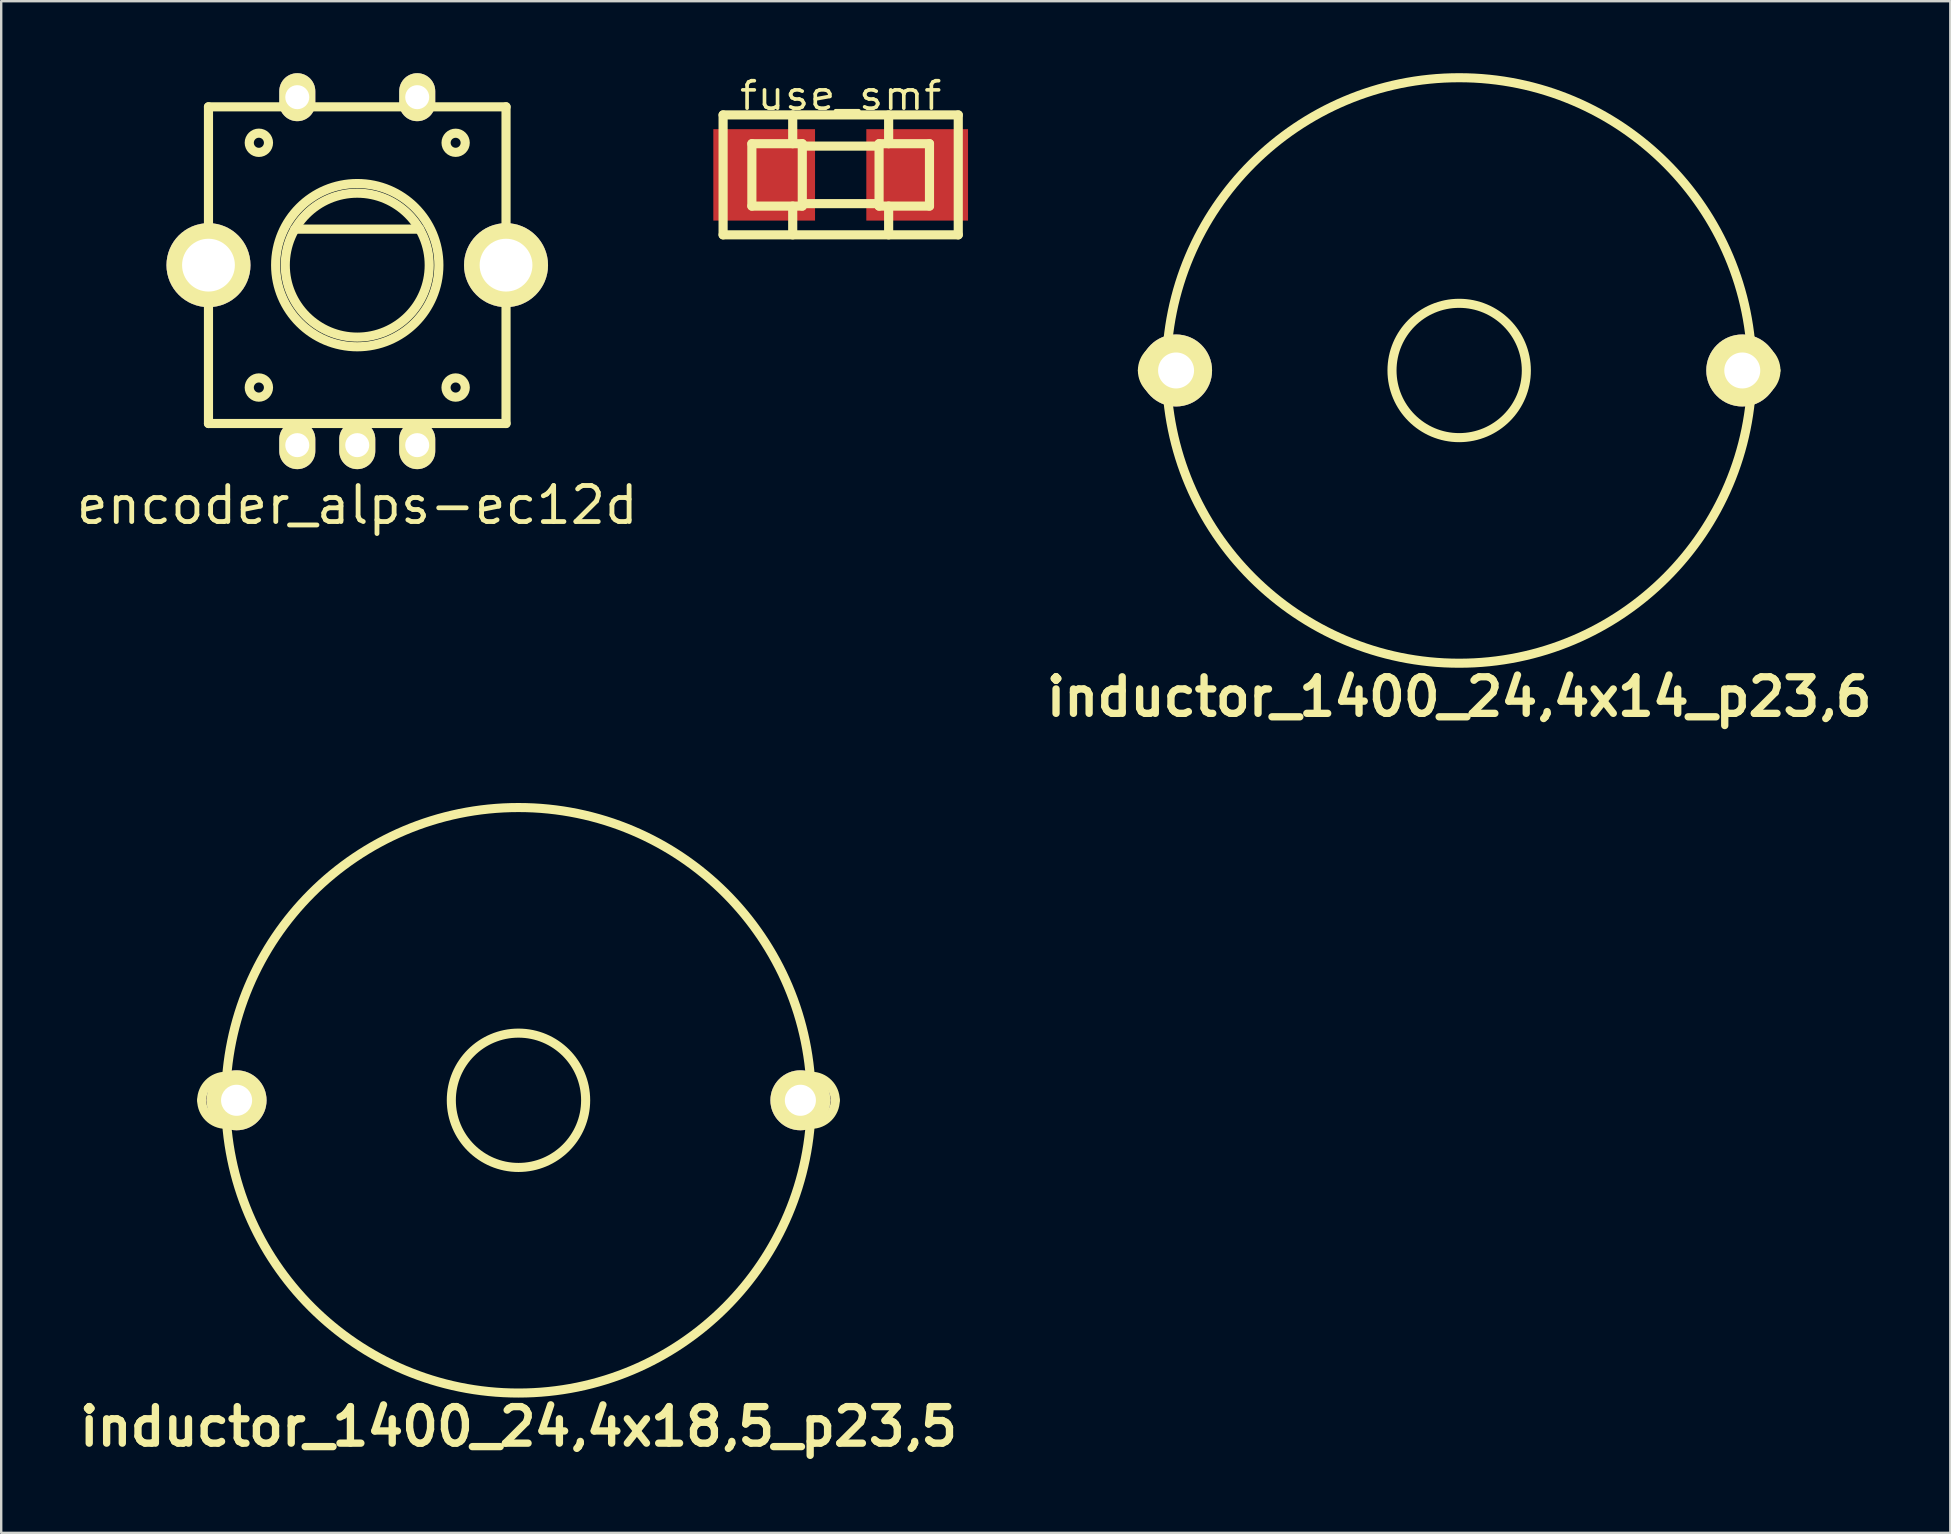
<source format=kicad_pcb>
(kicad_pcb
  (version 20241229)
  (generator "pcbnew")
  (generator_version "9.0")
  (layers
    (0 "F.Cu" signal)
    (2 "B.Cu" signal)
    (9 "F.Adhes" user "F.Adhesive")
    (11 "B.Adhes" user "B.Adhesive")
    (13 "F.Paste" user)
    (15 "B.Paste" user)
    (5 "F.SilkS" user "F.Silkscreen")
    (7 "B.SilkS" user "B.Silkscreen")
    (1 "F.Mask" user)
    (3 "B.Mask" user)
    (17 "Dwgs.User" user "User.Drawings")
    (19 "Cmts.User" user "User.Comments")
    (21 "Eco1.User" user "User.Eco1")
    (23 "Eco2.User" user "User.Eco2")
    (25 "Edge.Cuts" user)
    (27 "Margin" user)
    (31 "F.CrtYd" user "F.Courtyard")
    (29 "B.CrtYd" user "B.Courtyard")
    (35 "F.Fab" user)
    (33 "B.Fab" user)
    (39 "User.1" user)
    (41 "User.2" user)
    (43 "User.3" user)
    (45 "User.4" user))
  (footprint "encoder_alps-ec12d"
    (layer "F.Cu")
    (at 11.838 8)
    (property "Reference" "encoder_alps-ec12d" (at 0 10 0) (layer "F.SilkS") (effects (font (size 1.501 1.501) (thickness 0.201))))
    (attr through_hole)
    (fp_line (start -6.2 -6.599) (end -6.2 6.599) (stroke (width 0.381) (type solid)) (layer "F.SilkS"))
    (fp_line (start -6.2 6.599) (end 6.2 6.599) (stroke (width 0.381) (type solid)) (layer "F.SilkS"))
    (fp_line (start -2.601 -1.501) (end 2.601 -1.501) (stroke (width 0.381) (type solid)) (layer "F.SilkS"))
    (fp_line (start 6.2 -6.599) (end -6.2 -6.599) (stroke (width 0.381) (type solid)) (layer "F.SilkS"))
    (fp_line (start 6.2 6.599) (end 6.2 -6.599) (stroke (width 0.381) (type solid)) (layer "F.SilkS"))
    (fp_circle (center -4.1 -5.1) (end -4.501 -5.1) (stroke (width 0.381) (type solid)) (fill no) (layer "F.SilkS"))
    (fp_circle (center -4.1 5.1) (end -4.501 5.1) (stroke (width 0.381) (type solid)) (fill no) (layer "F.SilkS"))
    (fp_circle (center 0 0) (end -3.401 0) (stroke (width 0.381) (type solid)) (fill no) (layer "F.SilkS"))
    (fp_circle (center 0 0) (end -3 0) (stroke (width 0.381) (type solid)) (fill no) (layer "F.SilkS"))
    (fp_circle (center 4.1 -5.1) (end 3.701 -5.1) (stroke (width 0.381) (type solid)) (fill no) (layer "F.SilkS"))
    (fp_circle (center 4.1 5.1) (end 4.501 5.1) (stroke (width 0.381) (type solid)) (fill no) (layer "F.SilkS"))
    (pad "" thru_hole circle (at -6.2 0) (size 3.5 3.5) (drill 2.2) (layers "*.Cu" "*.Mask" "F.SilkS"))
    (pad "" thru_hole circle (at 6.2 0) (size 3.5 3.5) (drill 2.2) (layers "*.Cu" "*.Mask" "F.SilkS"))
    (pad "1" thru_hole oval (at -2.499 7.501) (size 1.501 1.999) (drill 1.001) (layers "*.Cu" "*.Mask" "F.SilkS"))
    (pad "2" thru_hole oval (at 0 7.501) (size 1.501 1.999) (drill 1.001) (layers "*.Cu" "*.Mask" "F.SilkS"))
    (pad "3" thru_hole oval (at 2.499 7.501) (size 1.501 1.999) (drill 1.001) (layers "*.Cu" "*.Mask" "F.SilkS"))
    (pad "4" thru_hole oval (at 2.499 -7) (size 1.501 1.999) (drill 1.001) (layers "*.Cu" "*.Mask" "F.SilkS"))
    (pad "5" thru_hole oval (at -2.499 -7) (size 1.501 1.999) (drill 1.001) (layers "*.Cu" "*.Mask" "F.SilkS")))
  (footprint "inductor_1400_24,4x14_p23,6"
    (layer "F.Cu")
    (at 57.759 12.389)
    (property "Reference" "inductor_1400_24,4x14_p23,6" (at 0 13.599 0) (layer "F.SilkS") (effects (font (size 1.524 1.524) (thickness 0.305))))
    (attr through_hole)
    (fp_arc (start -13.20038 0) (mid -12.907264 -0.707644) (end -12.19962 -1.00076) (stroke (width 0.37846) (type solid)) (layer "F.SilkS"))
    (fp_arc (start -12.19962 1.00076) (mid -12.907264 0.707644) (end -13.20038 0) (stroke (width 0.37846) (type solid)) (layer "F.SilkS"))
    (fp_arc (start 12.19962 -1.00076) (mid 12.907264 -0.707644) (end 13.20038 0) (stroke (width 0.37846) (type solid)) (layer "F.SilkS"))
    (fp_arc (start 13.20038 0) (mid 12.907264 0.707644) (end 12.19962 1.00076) (stroke (width 0.37846) (type solid)) (layer "F.SilkS"))
    (fp_circle (center 0 0) (end -12.2 0) (stroke (width 0.378) (type solid)) (fill no) (layer "F.SilkS"))
    (fp_circle (center 0 0) (end -2.799 0) (stroke (width 0.378) (type solid)) (fill no) (layer "F.SilkS"))
    (pad "1" thru_hole circle (at 11.798 0) (size 3 3) (drill 1.499) (layers "*.Cu" "*.Mask" "F.SilkS"))
    (pad "2" thru_hole circle (at -11.798 0) (size 3 3) (drill 1.499) (layers "*.Cu" "*.Mask" "F.SilkS")))
  (footprint "fuse_smf"
    (layer "F.Cu")
    (at 31.984 4.238)
    (property "Reference" "fuse_smf" (at 0 -3.302 0) (layer "F.SilkS") (effects (font (size 1.143 1.27) (thickness 0.152))))
    (attr through_hole)
    (fp_line (start -4.9 -2.499) (end 4.9 -2.499) (stroke (width 0.381) (type solid)) (layer "F.SilkS"))
    (fp_line (start -4.9 2.499) (end -4.9 -2.499) (stroke (width 0.381) (type solid)) (layer "F.SilkS"))
    (fp_line (start -3.701 -1.3) (end -3.701 1.3) (stroke (width 0.381) (type solid)) (layer "F.SilkS"))
    (fp_line (start -3.701 -1.3) (end -1.6 -1.3) (stroke (width 0.381) (type solid)) (layer "F.SilkS"))
    (fp_line (start -1.999 -2.499) (end -1.999 -1.3) (stroke (width 0.381) (type solid)) (layer "F.SilkS"))
    (fp_line (start -1.999 2.499) (end -1.999 1.3) (stroke (width 0.381) (type solid)) (layer "F.SilkS"))
    (fp_line (start -1.6 -1.3) (end -1.6 1.3) (stroke (width 0.381) (type solid)) (layer "F.SilkS"))
    (fp_line (start -1.6 1.3) (end -3.701 1.3) (stroke (width 0.381) (type solid)) (layer "F.SilkS"))
    (fp_line (start 1.6 -1.3) (end 1.6 1.3) (stroke (width 0.381) (type solid)) (layer "F.SilkS"))
    (fp_line (start 1.6 -1.199) (end -1.6 -1.199) (stroke (width 0.381) (type solid)) (layer "F.SilkS"))
    (fp_line (start 1.6 1.199) (end -1.6 1.199) (stroke (width 0.381) (type solid)) (layer "F.SilkS"))
    (fp_line (start 1.999 -1.3) (end 1.999 -2.499) (stroke (width 0.381) (type solid)) (layer "F.SilkS"))
    (fp_line (start 1.999 2.499) (end 1.999 1.3) (stroke (width 0.381) (type solid)) (layer "F.SilkS"))
    (fp_line (start 3.701 -1.3) (end 1.6 -1.3) (stroke (width 0.381) (type solid)) (layer "F.SilkS"))
    (fp_line (start 3.701 1.3) (end 1.6 1.3) (stroke (width 0.381) (type solid)) (layer "F.SilkS"))
    (fp_line (start 3.701 1.3) (end 3.701 -1.3) (stroke (width 0.381) (type solid)) (layer "F.SilkS"))
    (fp_line (start 4.9 -2.499) (end 4.9 2.499) (stroke (width 0.381) (type solid)) (layer "F.SilkS"))
    (fp_line (start 4.9 2.499) (end -4.9 2.499) (stroke (width 0.381) (type solid)) (layer "F.SilkS"))
    (pad "1" smd rect (at -3.188 0) (size 4.239 3.81) (layers "F.Cu" "F.Mask" "F.Paste"))
    (pad "2" smd rect (at 3.188 0) (size 4.239 3.81) (layers "F.Cu" "F.Mask" "F.Paste")))
  (footprint "inductor_1400_24,4x18,5_p23,5"
    (layer "F.Cu")
    (at 18.557 42.803)
    (property "Reference" "inductor_1400_24,4x18,5_p23,5" (at 0 13.599 0) (layer "F.SilkS") (effects (font (size 1.524 1.524) (thickness 0.305))))
    (attr through_hole)
    (fp_arc (start -13.20038 0) (mid -12.907264 -0.707644) (end -12.19962 -1.00076) (stroke (width 0.37846) (type solid)) (layer "F.SilkS"))
    (fp_arc (start -12.19962 1.00076) (mid -12.907264 0.707644) (end -13.20038 0) (stroke (width 0.37846) (type solid)) (layer "F.SilkS"))
    (fp_arc (start 12.19962 -1.00076) (mid 12.907264 -0.707644) (end 13.20038 0) (stroke (width 0.37846) (type solid)) (layer "F.SilkS"))
    (fp_arc (start 13.20038 0) (mid 12.907264 0.707644) (end 12.19962 1.00076) (stroke (width 0.37846) (type solid)) (layer "F.SilkS"))
    (fp_circle (center 0 0) (end -12.2 0) (stroke (width 0.378) (type solid)) (fill no) (layer "F.SilkS"))
    (fp_circle (center 0 0) (end -2.799 0) (stroke (width 0.378) (type solid)) (fill no) (layer "F.SilkS"))
    (pad "1" thru_hole circle (at 11.748 0) (size 2.499 2.499) (drill 1.295) (layers "*.Cu" "*.Mask" "F.SilkS"))
    (pad "2" thru_hole circle (at -11.748 0) (size 2.499 2.499) (drill 1.295) (layers "*.Cu" "*.Mask" "F.SilkS")))
  (gr_rect
    (start -3 -3)
    (end 78.227 60.829)
    (stroke (width 0.1) (type default))
    (fill no)
    (layer "Edge.Cuts")))
</source>
